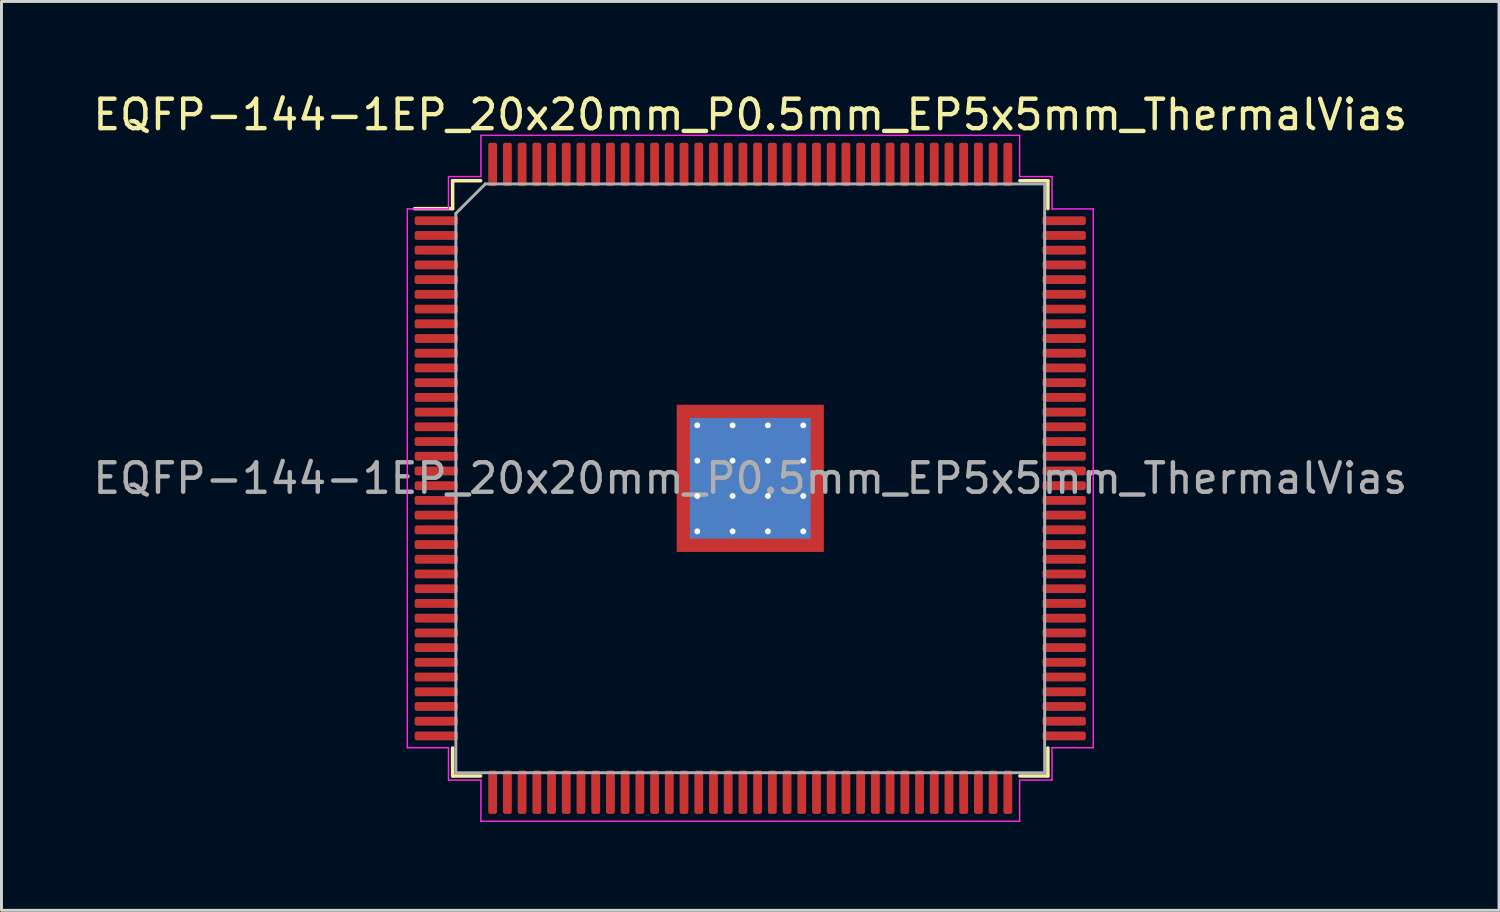
<source format=kicad_pcb>
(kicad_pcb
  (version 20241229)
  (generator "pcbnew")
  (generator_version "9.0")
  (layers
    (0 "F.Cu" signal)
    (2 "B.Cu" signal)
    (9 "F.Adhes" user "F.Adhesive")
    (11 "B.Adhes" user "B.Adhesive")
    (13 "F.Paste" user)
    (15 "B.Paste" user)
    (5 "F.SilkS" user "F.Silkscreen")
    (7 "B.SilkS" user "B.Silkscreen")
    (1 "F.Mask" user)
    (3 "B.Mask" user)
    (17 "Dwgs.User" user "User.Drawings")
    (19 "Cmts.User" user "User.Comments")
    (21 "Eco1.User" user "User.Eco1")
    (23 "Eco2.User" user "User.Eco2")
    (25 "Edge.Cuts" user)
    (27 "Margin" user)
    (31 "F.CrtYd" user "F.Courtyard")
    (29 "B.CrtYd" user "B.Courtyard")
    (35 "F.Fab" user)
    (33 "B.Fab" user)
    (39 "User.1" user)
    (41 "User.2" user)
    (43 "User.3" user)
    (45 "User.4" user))
  (footprint "EQFP-144-1EP_20x20mm_P0.5mm_EP5x5mm_ThermalVias"
    (layer "F.Cu")
    (at 22.435 13.198)
    (property "Reference" "EQFP-144-1EP_20x20mm_P0.5mm_EP5x5mm_ThermalVias" (at 0 -12.35 0) (layer "F.SilkS") (effects (font (size 1 1) (thickness 0.15))))
    (attr smd)
    (fp_line (start -10.11 -10.11) (end -10.11 -9.16) (stroke (width 0.12) (type solid)) (layer "F.SilkS"))
    (fp_line (start -10.11 -9.16) (end -11.4 -9.16) (stroke (width 0.12) (type solid)) (layer "F.SilkS"))
    (fp_line (start -10.11 10.11) (end -10.11 9.16) (stroke (width 0.12) (type solid)) (layer "F.SilkS"))
    (fp_line (start -9.16 -10.11) (end -10.11 -10.11) (stroke (width 0.12) (type solid)) (layer "F.SilkS"))
    (fp_line (start -9.16 10.11) (end -10.11 10.11) (stroke (width 0.12) (type solid)) (layer "F.SilkS"))
    (fp_line (start 9.16 -10.11) (end 10.11 -10.11) (stroke (width 0.12) (type solid)) (layer "F.SilkS"))
    (fp_line (start 9.16 10.11) (end 10.11 10.11) (stroke (width 0.12) (type solid)) (layer "F.SilkS"))
    (fp_line (start 10.11 -10.11) (end 10.11 -9.16) (stroke (width 0.12) (type solid)) (layer "F.SilkS"))
    (fp_line (start 10.11 10.11) (end 10.11 9.16) (stroke (width 0.12) (type solid)) (layer "F.SilkS"))
    (fp_line (start -11.65 -9.15) (end -11.65 0) (stroke (width 0.05) (type solid)) (layer "F.CrtYd"))
    (fp_line (start -11.65 9.15) (end -11.65 0) (stroke (width 0.05) (type solid)) (layer "F.CrtYd"))
    (fp_line (start -10.25 -10.25) (end -10.25 -9.15) (stroke (width 0.05) (type solid)) (layer "F.CrtYd"))
    (fp_line (start -10.25 -9.15) (end -11.65 -9.15) (stroke (width 0.05) (type solid)) (layer "F.CrtYd"))
    (fp_line (start -10.25 9.15) (end -11.65 9.15) (stroke (width 0.05) (type solid)) (layer "F.CrtYd"))
    (fp_line (start -10.25 10.25) (end -10.25 9.15) (stroke (width 0.05) (type solid)) (layer "F.CrtYd"))
    (fp_line (start -9.15 -11.65) (end -9.15 -10.25) (stroke (width 0.05) (type solid)) (layer "F.CrtYd"))
    (fp_line (start -9.15 -10.25) (end -10.25 -10.25) (stroke (width 0.05) (type solid)) (layer "F.CrtYd"))
    (fp_line (start -9.15 10.25) (end -10.25 10.25) (stroke (width 0.05) (type solid)) (layer "F.CrtYd"))
    (fp_line (start -9.15 11.65) (end -9.15 10.25) (stroke (width 0.05) (type solid)) (layer "F.CrtYd"))
    (fp_line (start 0 -11.65) (end -9.15 -11.65) (stroke (width 0.05) (type solid)) (layer "F.CrtYd"))
    (fp_line (start 0 -11.65) (end 9.15 -11.65) (stroke (width 0.05) (type solid)) (layer "F.CrtYd"))
    (fp_line (start 0 11.65) (end -9.15 11.65) (stroke (width 0.05) (type solid)) (layer "F.CrtYd"))
    (fp_line (start 0 11.65) (end 9.15 11.65) (stroke (width 0.05) (type solid)) (layer "F.CrtYd"))
    (fp_line (start 9.15 -11.65) (end 9.15 -10.25) (stroke (width 0.05) (type solid)) (layer "F.CrtYd"))
    (fp_line (start 9.15 -10.25) (end 10.25 -10.25) (stroke (width 0.05) (type solid)) (layer "F.CrtYd"))
    (fp_line (start 9.15 10.25) (end 10.25 10.25) (stroke (width 0.05) (type solid)) (layer "F.CrtYd"))
    (fp_line (start 9.15 11.65) (end 9.15 10.25) (stroke (width 0.05) (type solid)) (layer "F.CrtYd"))
    (fp_line (start 10.25 -10.25) (end 10.25 -9.15) (stroke (width 0.05) (type solid)) (layer "F.CrtYd"))
    (fp_line (start 10.25 -9.15) (end 11.65 -9.15) (stroke (width 0.05) (type solid)) (layer "F.CrtYd"))
    (fp_line (start 10.25 9.15) (end 11.65 9.15) (stroke (width 0.05) (type solid)) (layer "F.CrtYd"))
    (fp_line (start 10.25 10.25) (end 10.25 9.15) (stroke (width 0.05) (type solid)) (layer "F.CrtYd"))
    (fp_line (start 11.65 -9.15) (end 11.65 0) (stroke (width 0.05) (type solid)) (layer "F.CrtYd"))
    (fp_line (start 11.65 9.15) (end 11.65 0) (stroke (width 0.05) (type solid)) (layer "F.CrtYd"))
    (fp_line (start -10 -9) (end -9 -10) (stroke (width 0.1) (type solid)) (layer "F.Fab"))
    (fp_line (start -10 10) (end -10 -9) (stroke (width 0.1) (type solid)) (layer "F.Fab"))
    (fp_line (start -9 -10) (end 10 -10) (stroke (width 0.1) (type solid)) (layer "F.Fab"))
    (fp_line (start 10 -10) (end 10 10) (stroke (width 0.1) (type solid)) (layer "F.Fab"))
    (fp_line (start 10 10) (end -10 10) (stroke (width 0.1) (type solid)) (layer "F.Fab"))
    (fp_text user "${REFERENCE}" (at 0 0 0) (layer "F.Fab") (effects (font (size 1 1) (thickness 0.15))))
    (pad "" smd custom (at -2.15 -2.15) (size 0.46 0.46) (layers "F.Paste") (options (anchor circle)) (primitives (gr_poly (pts (xy -0.178 -0.178) (xy 0.178 -0.178) (xy 0.178 0.092) (xy 0.092 0.178) (xy -0.178 0.178)) (width 0.208) (fill yes))))
    (pad "" smd custom (at -2.15 -1.2) (size 0.495 0.495) (layers "F.Paste") (options (anchor circle)) (primitives (gr_poly (pts (xy -0.212 -0.414) (xy 0.154 -0.414) (xy 0.212 -0.356) (xy 0.212 0.356) (xy 0.154 0.414) (xy -0.212 0.414)) (width 0.14) (fill yes))))
    (pad "" smd custom (at -2.15 0) (size 0.495 0.495) (layers "F.Paste") (options (anchor circle)) (primitives (gr_poly (pts (xy -0.212 -0.414) (xy 0.154 -0.414) (xy 0.212 -0.356) (xy 0.212 0.356) (xy 0.154 0.414) (xy -0.212 0.414)) (width 0.14) (fill yes))))
    (pad "" smd custom (at -2.15 1.2) (size 0.495 0.495) (layers "F.Paste") (options (anchor circle)) (primitives (gr_poly (pts (xy -0.212 -0.414) (xy 0.154 -0.414) (xy 0.212 -0.356) (xy 0.212 0.356) (xy 0.154 0.414) (xy -0.212 0.414)) (width 0.14) (fill yes))))
    (pad "" smd custom (at -2.15 2.15) (size 0.46 0.46) (layers "F.Paste") (options (anchor circle)) (primitives (gr_poly (pts (xy -0.178 -0.178) (xy 0.092 -0.178) (xy 0.178 -0.092) (xy 0.178 0.178) (xy -0.178 0.178)) (width 0.208) (fill yes))))
    (pad "" smd custom (at -1.2 -2.15) (size 0.495 0.495) (layers "F.Paste") (options (anchor circle)) (primitives (gr_poly (pts (xy -0.414 -0.212) (xy 0.414 -0.212) (xy 0.414 0.154) (xy 0.356 0.212) (xy -0.356 0.212) (xy -0.414 0.154)) (width 0.14) (fill yes))))
    (pad "" smd roundrect (at -1.2 -1.2) (size 0.967 0.967) (layers "F.Paste") (roundrect_rratio 0.25))
    (pad "" smd roundrect (at -1.2 0) (size 0.967 0.967) (layers "F.Paste") (roundrect_rratio 0.25))
    (pad "" smd roundrect (at -1.2 1.2) (size 0.967 0.967) (layers "F.Paste") (roundrect_rratio 0.25))
    (pad "" smd custom (at -1.2 2.15) (size 0.495 0.495) (layers "F.Paste") (options (anchor circle)) (primitives (gr_poly (pts (xy -0.414 -0.154) (xy -0.356 -0.212) (xy 0.356 -0.212) (xy 0.414 -0.154) (xy 0.414 0.212) (xy -0.414 0.212)) (width 0.14) (fill yes))))
    (pad "" smd custom (at 0 -2.15) (size 0.495 0.495) (layers "F.Paste") (options (anchor circle)) (primitives (gr_poly (pts (xy -0.414 -0.212) (xy 0.414 -0.212) (xy 0.414 0.154) (xy 0.356 0.212) (xy -0.356 0.212) (xy -0.414 0.154)) (width 0.14) (fill yes))))
    (pad "" smd roundrect (at 0 -1.2) (size 0.967 0.967) (layers "F.Paste") (roundrect_rratio 0.25))
    (pad "" smd roundrect (at 0 0) (size 0.967 0.967) (layers "F.Paste") (roundrect_rratio 0.25))
    (pad "" smd roundrect (at 0 1.2) (size 0.967 0.967) (layers "F.Paste") (roundrect_rratio 0.25))
    (pad "" smd custom (at 0 2.15) (size 0.495 0.495) (layers "F.Paste") (options (anchor circle)) (primitives (gr_poly (pts (xy -0.414 -0.154) (xy -0.356 -0.212) (xy 0.356 -0.212) (xy 0.414 -0.154) (xy 0.414 0.212) (xy -0.414 0.212)) (width 0.14) (fill yes))))
    (pad "" smd custom (at 1.2 -2.15) (size 0.495 0.495) (layers "F.Paste") (options (anchor circle)) (primitives (gr_poly (pts (xy -0.414 -0.212) (xy 0.414 -0.212) (xy 0.414 0.154) (xy 0.356 0.212) (xy -0.356 0.212) (xy -0.414 0.154)) (width 0.14) (fill yes))))
    (pad "" smd roundrect (at 1.2 -1.2) (size 0.967 0.967) (layers "F.Paste") (roundrect_rratio 0.25))
    (pad "" smd roundrect (at 1.2 0) (size 0.967 0.967) (layers "F.Paste") (roundrect_rratio 0.25))
    (pad "" smd roundrect (at 1.2 1.2) (size 0.967 0.967) (layers "F.Paste") (roundrect_rratio 0.25))
    (pad "" smd custom (at 1.2 2.15) (size 0.495 0.495) (layers "F.Paste") (options (anchor circle)) (primitives (gr_poly (pts (xy -0.414 -0.154) (xy -0.356 -0.212) (xy 0.356 -0.212) (xy 0.414 -0.154) (xy 0.414 0.212) (xy -0.414 0.212)) (width 0.14) (fill yes))))
    (pad "" smd custom (at 2.15 -2.15) (size 0.46 0.46) (layers "F.Paste") (options (anchor circle)) (primitives (gr_poly (pts (xy -0.178 -0.178) (xy 0.178 -0.178) (xy 0.178 0.178) (xy -0.092 0.178) (xy -0.178 0.092)) (width 0.208) (fill yes))))
    (pad "" smd custom (at 2.15 -1.2) (size 0.495 0.495) (layers "F.Paste") (options (anchor circle)) (primitives (gr_poly (pts (xy -0.212 -0.356) (xy -0.154 -0.414) (xy 0.212 -0.414) (xy 0.212 0.414) (xy -0.154 0.414) (xy -0.212 0.356)) (width 0.14) (fill yes))))
    (pad "" smd custom (at 2.15 0) (size 0.495 0.495) (layers "F.Paste") (options (anchor circle)) (primitives (gr_poly (pts (xy -0.212 -0.356) (xy -0.154 -0.414) (xy 0.212 -0.414) (xy 0.212 0.414) (xy -0.154 0.414) (xy -0.212 0.356)) (width 0.14) (fill yes))))
    (pad "" smd custom (at 2.15 1.2) (size 0.495 0.495) (layers "F.Paste") (options (anchor circle)) (primitives (gr_poly (pts (xy -0.212 -0.356) (xy -0.154 -0.414) (xy 0.212 -0.414) (xy 0.212 0.414) (xy -0.154 0.414) (xy -0.212 0.356)) (width 0.14) (fill yes))))
    (pad "" smd custom (at 2.15 2.15) (size 0.46 0.46) (layers "F.Paste") (options (anchor circle)) (primitives (gr_poly (pts (xy -0.178 -0.092) (xy -0.092 -0.178) (xy 0.178 -0.178) (xy 0.178 0.178) (xy -0.178 0.178)) (width 0.208) (fill yes))))
    (pad "1" smd roundrect (at -10.662 -8.75) (size 1.475 0.3) (layers "F.Cu" "F.Mask" "F.Paste") (roundrect_rratio 0.25))
    (pad "2" smd roundrect (at -10.662 -8.25) (size 1.475 0.3) (layers "F.Cu" "F.Mask" "F.Paste") (roundrect_rratio 0.25))
    (pad "3" smd roundrect (at -10.662 -7.75) (size 1.475 0.3) (layers "F.Cu" "F.Mask" "F.Paste") (roundrect_rratio 0.25))
    (pad "4" smd roundrect (at -10.662 -7.25) (size 1.475 0.3) (layers "F.Cu" "F.Mask" "F.Paste") (roundrect_rratio 0.25))
    (pad "5" smd roundrect (at -10.662 -6.75) (size 1.475 0.3) (layers "F.Cu" "F.Mask" "F.Paste") (roundrect_rratio 0.25))
    (pad "6" smd roundrect (at -10.662 -6.25) (size 1.475 0.3) (layers "F.Cu" "F.Mask" "F.Paste") (roundrect_rratio 0.25))
    (pad "7" smd roundrect (at -10.662 -5.75) (size 1.475 0.3) (layers "F.Cu" "F.Mask" "F.Paste") (roundrect_rratio 0.25))
    (pad "8" smd roundrect (at -10.662 -5.25) (size 1.475 0.3) (layers "F.Cu" "F.Mask" "F.Paste") (roundrect_rratio 0.25))
    (pad "9" smd roundrect (at -10.662 -4.75) (size 1.475 0.3) (layers "F.Cu" "F.Mask" "F.Paste") (roundrect_rratio 0.25))
    (pad "10" smd roundrect (at -10.662 -4.25) (size 1.475 0.3) (layers "F.Cu" "F.Mask" "F.Paste") (roundrect_rratio 0.25))
    (pad "11" smd roundrect (at -10.662 -3.75) (size 1.475 0.3) (layers "F.Cu" "F.Mask" "F.Paste") (roundrect_rratio 0.25))
    (pad "12" smd roundrect (at -10.662 -3.25) (size 1.475 0.3) (layers "F.Cu" "F.Mask" "F.Paste") (roundrect_rratio 0.25))
    (pad "13" smd roundrect (at -10.662 -2.75) (size 1.475 0.3) (layers "F.Cu" "F.Mask" "F.Paste") (roundrect_rratio 0.25))
    (pad "14" smd roundrect (at -10.662 -2.25) (size 1.475 0.3) (layers "F.Cu" "F.Mask" "F.Paste") (roundrect_rratio 0.25))
    (pad "15" smd roundrect (at -10.662 -1.75) (size 1.475 0.3) (layers "F.Cu" "F.Mask" "F.Paste") (roundrect_rratio 0.25))
    (pad "16" smd roundrect (at -10.662 -1.25) (size 1.475 0.3) (layers "F.Cu" "F.Mask" "F.Paste") (roundrect_rratio 0.25))
    (pad "17" smd roundrect (at -10.662 -0.75) (size 1.475 0.3) (layers "F.Cu" "F.Mask" "F.Paste") (roundrect_rratio 0.25))
    (pad "18" smd roundrect (at -10.662 -0.25) (size 1.475 0.3) (layers "F.Cu" "F.Mask" "F.Paste") (roundrect_rratio 0.25))
    (pad "19" smd roundrect (at -10.662 0.25) (size 1.475 0.3) (layers "F.Cu" "F.Mask" "F.Paste") (roundrect_rratio 0.25))
    (pad "20" smd roundrect (at -10.662 0.75) (size 1.475 0.3) (layers "F.Cu" "F.Mask" "F.Paste") (roundrect_rratio 0.25))
    (pad "21" smd roundrect (at -10.662 1.25) (size 1.475 0.3) (layers "F.Cu" "F.Mask" "F.Paste") (roundrect_rratio 0.25))
    (pad "22" smd roundrect (at -10.662 1.75) (size 1.475 0.3) (layers "F.Cu" "F.Mask" "F.Paste") (roundrect_rratio 0.25))
    (pad "23" smd roundrect (at -10.662 2.25) (size 1.475 0.3) (layers "F.Cu" "F.Mask" "F.Paste") (roundrect_rratio 0.25))
    (pad "24" smd roundrect (at -10.662 2.75) (size 1.475 0.3) (layers "F.Cu" "F.Mask" "F.Paste") (roundrect_rratio 0.25))
    (pad "25" smd roundrect (at -10.662 3.25) (size 1.475 0.3) (layers "F.Cu" "F.Mask" "F.Paste") (roundrect_rratio 0.25))
    (pad "26" smd roundrect (at -10.662 3.75) (size 1.475 0.3) (layers "F.Cu" "F.Mask" "F.Paste") (roundrect_rratio 0.25))
    (pad "27" smd roundrect (at -10.662 4.25) (size 1.475 0.3) (layers "F.Cu" "F.Mask" "F.Paste") (roundrect_rratio 0.25))
    (pad "28" smd roundrect (at -10.662 4.75) (size 1.475 0.3) (layers "F.Cu" "F.Mask" "F.Paste") (roundrect_rratio 0.25))
    (pad "29" smd roundrect (at -10.662 5.25) (size 1.475 0.3) (layers "F.Cu" "F.Mask" "F.Paste") (roundrect_rratio 0.25))
    (pad "30" smd roundrect (at -10.662 5.75) (size 1.475 0.3) (layers "F.Cu" "F.Mask" "F.Paste") (roundrect_rratio 0.25))
    (pad "31" smd roundrect (at -10.662 6.25) (size 1.475 0.3) (layers "F.Cu" "F.Mask" "F.Paste") (roundrect_rratio 0.25))
    (pad "32" smd roundrect (at -10.662 6.75) (size 1.475 0.3) (layers "F.Cu" "F.Mask" "F.Paste") (roundrect_rratio 0.25))
    (pad "33" smd roundrect (at -10.662 7.25) (size 1.475 0.3) (layers "F.Cu" "F.Mask" "F.Paste") (roundrect_rratio 0.25))
    (pad "34" smd roundrect (at -10.662 7.75) (size 1.475 0.3) (layers "F.Cu" "F.Mask" "F.Paste") (roundrect_rratio 0.25))
    (pad "35" smd roundrect (at -10.662 8.25) (size 1.475 0.3) (layers "F.Cu" "F.Mask" "F.Paste") (roundrect_rratio 0.25))
    (pad "36" smd roundrect (at -10.662 8.75) (size 1.475 0.3) (layers "F.Cu" "F.Mask" "F.Paste") (roundrect_rratio 0.25))
    (pad "37" smd roundrect (at -8.75 10.662) (size 0.3 1.475) (layers "F.Cu" "F.Mask" "F.Paste") (roundrect_rratio 0.25))
    (pad "38" smd roundrect (at -8.25 10.662) (size 0.3 1.475) (layers "F.Cu" "F.Mask" "F.Paste") (roundrect_rratio 0.25))
    (pad "39" smd roundrect (at -7.75 10.662) (size 0.3 1.475) (layers "F.Cu" "F.Mask" "F.Paste") (roundrect_rratio 0.25))
    (pad "40" smd roundrect (at -7.25 10.662) (size 0.3 1.475) (layers "F.Cu" "F.Mask" "F.Paste") (roundrect_rratio 0.25))
    (pad "41" smd roundrect (at -6.75 10.662) (size 0.3 1.475) (layers "F.Cu" "F.Mask" "F.Paste") (roundrect_rratio 0.25))
    (pad "42" smd roundrect (at -6.25 10.662) (size 0.3 1.475) (layers "F.Cu" "F.Mask" "F.Paste") (roundrect_rratio 0.25))
    (pad "43" smd roundrect (at -5.75 10.662) (size 0.3 1.475) (layers "F.Cu" "F.Mask" "F.Paste") (roundrect_rratio 0.25))
    (pad "44" smd roundrect (at -5.25 10.662) (size 0.3 1.475) (layers "F.Cu" "F.Mask" "F.Paste") (roundrect_rratio 0.25))
    (pad "45" smd roundrect (at -4.75 10.662) (size 0.3 1.475) (layers "F.Cu" "F.Mask" "F.Paste") (roundrect_rratio 0.25))
    (pad "46" smd roundrect (at -4.25 10.662) (size 0.3 1.475) (layers "F.Cu" "F.Mask" "F.Paste") (roundrect_rratio 0.25))
    (pad "47" smd roundrect (at -3.75 10.662) (size 0.3 1.475) (layers "F.Cu" "F.Mask" "F.Paste") (roundrect_rratio 0.25))
    (pad "48" smd roundrect (at -3.25 10.662) (size 0.3 1.475) (layers "F.Cu" "F.Mask" "F.Paste") (roundrect_rratio 0.25))
    (pad "49" smd roundrect (at -2.75 10.662) (size 0.3 1.475) (layers "F.Cu" "F.Mask" "F.Paste") (roundrect_rratio 0.25))
    (pad "50" smd roundrect (at -2.25 10.662) (size 0.3 1.475) (layers "F.Cu" "F.Mask" "F.Paste") (roundrect_rratio 0.25))
    (pad "51" smd roundrect (at -1.75 10.662) (size 0.3 1.475) (layers "F.Cu" "F.Mask" "F.Paste") (roundrect_rratio 0.25))
    (pad "52" smd roundrect (at -1.25 10.662) (size 0.3 1.475) (layers "F.Cu" "F.Mask" "F.Paste") (roundrect_rratio 0.25))
    (pad "53" smd roundrect (at -0.75 10.662) (size 0.3 1.475) (layers "F.Cu" "F.Mask" "F.Paste") (roundrect_rratio 0.25))
    (pad "54" smd roundrect (at -0.25 10.662) (size 0.3 1.475) (layers "F.Cu" "F.Mask" "F.Paste") (roundrect_rratio 0.25))
    (pad "55" smd roundrect (at 0.25 10.662) (size 0.3 1.475) (layers "F.Cu" "F.Mask" "F.Paste") (roundrect_rratio 0.25))
    (pad "56" smd roundrect (at 0.75 10.662) (size 0.3 1.475) (layers "F.Cu" "F.Mask" "F.Paste") (roundrect_rratio 0.25))
    (pad "57" smd roundrect (at 1.25 10.662) (size 0.3 1.475) (layers "F.Cu" "F.Mask" "F.Paste") (roundrect_rratio 0.25))
    (pad "58" smd roundrect (at 1.75 10.662) (size 0.3 1.475) (layers "F.Cu" "F.Mask" "F.Paste") (roundrect_rratio 0.25))
    (pad "59" smd roundrect (at 2.25 10.662) (size 0.3 1.475) (layers "F.Cu" "F.Mask" "F.Paste") (roundrect_rratio 0.25))
    (pad "60" smd roundrect (at 2.75 10.662) (size 0.3 1.475) (layers "F.Cu" "F.Mask" "F.Paste") (roundrect_rratio 0.25))
    (pad "61" smd roundrect (at 3.25 10.662) (size 0.3 1.475) (layers "F.Cu" "F.Mask" "F.Paste") (roundrect_rratio 0.25))
    (pad "62" smd roundrect (at 3.75 10.662) (size 0.3 1.475) (layers "F.Cu" "F.Mask" "F.Paste") (roundrect_rratio 0.25))
    (pad "63" smd roundrect (at 4.25 10.662) (size 0.3 1.475) (layers "F.Cu" "F.Mask" "F.Paste") (roundrect_rratio 0.25))
    (pad "64" smd roundrect (at 4.75 10.662) (size 0.3 1.475) (layers "F.Cu" "F.Mask" "F.Paste") (roundrect_rratio 0.25))
    (pad "65" smd roundrect (at 5.25 10.662) (size 0.3 1.475) (layers "F.Cu" "F.Mask" "F.Paste") (roundrect_rratio 0.25))
    (pad "66" smd roundrect (at 5.75 10.662) (size 0.3 1.475) (layers "F.Cu" "F.Mask" "F.Paste") (roundrect_rratio 0.25))
    (pad "67" smd roundrect (at 6.25 10.662) (size 0.3 1.475) (layers "F.Cu" "F.Mask" "F.Paste") (roundrect_rratio 0.25))
    (pad "68" smd roundrect (at 6.75 10.662) (size 0.3 1.475) (layers "F.Cu" "F.Mask" "F.Paste") (roundrect_rratio 0.25))
    (pad "69" smd roundrect (at 7.25 10.662) (size 0.3 1.475) (layers "F.Cu" "F.Mask" "F.Paste") (roundrect_rratio 0.25))
    (pad "70" smd roundrect (at 7.75 10.662) (size 0.3 1.475) (layers "F.Cu" "F.Mask" "F.Paste") (roundrect_rratio 0.25))
    (pad "71" smd roundrect (at 8.25 10.662) (size 0.3 1.475) (layers "F.Cu" "F.Mask" "F.Paste") (roundrect_rratio 0.25))
    (pad "72" smd roundrect (at 8.75 10.662) (size 0.3 1.475) (layers "F.Cu" "F.Mask" "F.Paste") (roundrect_rratio 0.25))
    (pad "73" smd roundrect (at 10.662 8.75) (size 1.475 0.3) (layers "F.Cu" "F.Mask" "F.Paste") (roundrect_rratio 0.25))
    (pad "74" smd roundrect (at 10.662 8.25) (size 1.475 0.3) (layers "F.Cu" "F.Mask" "F.Paste") (roundrect_rratio 0.25))
    (pad "75" smd roundrect (at 10.662 7.75) (size 1.475 0.3) (layers "F.Cu" "F.Mask" "F.Paste") (roundrect_rratio 0.25))
    (pad "76" smd roundrect (at 10.662 7.25) (size 1.475 0.3) (layers "F.Cu" "F.Mask" "F.Paste") (roundrect_rratio 0.25))
    (pad "77" smd roundrect (at 10.662 6.75) (size 1.475 0.3) (layers "F.Cu" "F.Mask" "F.Paste") (roundrect_rratio 0.25))
    (pad "78" smd roundrect (at 10.662 6.25) (size 1.475 0.3) (layers "F.Cu" "F.Mask" "F.Paste") (roundrect_rratio 0.25))
    (pad "79" smd roundrect (at 10.662 5.75) (size 1.475 0.3) (layers "F.Cu" "F.Mask" "F.Paste") (roundrect_rratio 0.25))
    (pad "80" smd roundrect (at 10.662 5.25) (size 1.475 0.3) (layers "F.Cu" "F.Mask" "F.Paste") (roundrect_rratio 0.25))
    (pad "81" smd roundrect (at 10.662 4.75) (size 1.475 0.3) (layers "F.Cu" "F.Mask" "F.Paste") (roundrect_rratio 0.25))
    (pad "82" smd roundrect (at 10.662 4.25) (size 1.475 0.3) (layers "F.Cu" "F.Mask" "F.Paste") (roundrect_rratio 0.25))
    (pad "83" smd roundrect (at 10.662 3.75) (size 1.475 0.3) (layers "F.Cu" "F.Mask" "F.Paste") (roundrect_rratio 0.25))
    (pad "84" smd roundrect (at 10.662 3.25) (size 1.475 0.3) (layers "F.Cu" "F.Mask" "F.Paste") (roundrect_rratio 0.25))
    (pad "85" smd roundrect (at 10.662 2.75) (size 1.475 0.3) (layers "F.Cu" "F.Mask" "F.Paste") (roundrect_rratio 0.25))
    (pad "86" smd roundrect (at 10.662 2.25) (size 1.475 0.3) (layers "F.Cu" "F.Mask" "F.Paste") (roundrect_rratio 0.25))
    (pad "87" smd roundrect (at 10.662 1.75) (size 1.475 0.3) (layers "F.Cu" "F.Mask" "F.Paste") (roundrect_rratio 0.25))
    (pad "88" smd roundrect (at 10.662 1.25) (size 1.475 0.3) (layers "F.Cu" "F.Mask" "F.Paste") (roundrect_rratio 0.25))
    (pad "89" smd roundrect (at 10.662 0.75) (size 1.475 0.3) (layers "F.Cu" "F.Mask" "F.Paste") (roundrect_rratio 0.25))
    (pad "90" smd roundrect (at 10.662 0.25) (size 1.475 0.3) (layers "F.Cu" "F.Mask" "F.Paste") (roundrect_rratio 0.25))
    (pad "91" smd roundrect (at 10.662 -0.25) (size 1.475 0.3) (layers "F.Cu" "F.Mask" "F.Paste") (roundrect_rratio 0.25))
    (pad "92" smd roundrect (at 10.662 -0.75) (size 1.475 0.3) (layers "F.Cu" "F.Mask" "F.Paste") (roundrect_rratio 0.25))
    (pad "93" smd roundrect (at 10.662 -1.25) (size 1.475 0.3) (layers "F.Cu" "F.Mask" "F.Paste") (roundrect_rratio 0.25))
    (pad "94" smd roundrect (at 10.662 -1.75) (size 1.475 0.3) (layers "F.Cu" "F.Mask" "F.Paste") (roundrect_rratio 0.25))
    (pad "95" smd roundrect (at 10.662 -2.25) (size 1.475 0.3) (layers "F.Cu" "F.Mask" "F.Paste") (roundrect_rratio 0.25))
    (pad "96" smd roundrect (at 10.662 -2.75) (size 1.475 0.3) (layers "F.Cu" "F.Mask" "F.Paste") (roundrect_rratio 0.25))
    (pad "97" smd roundrect (at 10.662 -3.25) (size 1.475 0.3) (layers "F.Cu" "F.Mask" "F.Paste") (roundrect_rratio 0.25))
    (pad "98" smd roundrect (at 10.662 -3.75) (size 1.475 0.3) (layers "F.Cu" "F.Mask" "F.Paste") (roundrect_rratio 0.25))
    (pad "99" smd roundrect (at 10.662 -4.25) (size 1.475 0.3) (layers "F.Cu" "F.Mask" "F.Paste") (roundrect_rratio 0.25))
    (pad "100" smd roundrect (at 10.662 -4.75) (size 1.475 0.3) (layers "F.Cu" "F.Mask" "F.Paste") (roundrect_rratio 0.25))
    (pad "101" smd roundrect (at 10.662 -5.25) (size 1.475 0.3) (layers "F.Cu" "F.Mask" "F.Paste") (roundrect_rratio 0.25))
    (pad "102" smd roundrect (at 10.662 -5.75) (size 1.475 0.3) (layers "F.Cu" "F.Mask" "F.Paste") (roundrect_rratio 0.25))
    (pad "103" smd roundrect (at 10.662 -6.25) (size 1.475 0.3) (layers "F.Cu" "F.Mask" "F.Paste") (roundrect_rratio 0.25))
    (pad "104" smd roundrect (at 10.662 -6.75) (size 1.475 0.3) (layers "F.Cu" "F.Mask" "F.Paste") (roundrect_rratio 0.25))
    (pad "105" smd roundrect (at 10.662 -7.25) (size 1.475 0.3) (layers "F.Cu" "F.Mask" "F.Paste") (roundrect_rratio 0.25))
    (pad "106" smd roundrect (at 10.662 -7.75) (size 1.475 0.3) (layers "F.Cu" "F.Mask" "F.Paste") (roundrect_rratio 0.25))
    (pad "107" smd roundrect (at 10.662 -8.25) (size 1.475 0.3) (layers "F.Cu" "F.Mask" "F.Paste") (roundrect_rratio 0.25))
    (pad "108" smd roundrect (at 10.662 -8.75) (size 1.475 0.3) (layers "F.Cu" "F.Mask" "F.Paste") (roundrect_rratio 0.25))
    (pad "109" smd roundrect (at 8.75 -10.662) (size 0.3 1.475) (layers "F.Cu" "F.Mask" "F.Paste") (roundrect_rratio 0.25))
    (pad "110" smd roundrect (at 8.25 -10.662) (size 0.3 1.475) (layers "F.Cu" "F.Mask" "F.Paste") (roundrect_rratio 0.25))
    (pad "111" smd roundrect (at 7.75 -10.662) (size 0.3 1.475) (layers "F.Cu" "F.Mask" "F.Paste") (roundrect_rratio 0.25))
    (pad "112" smd roundrect (at 7.25 -10.662) (size 0.3 1.475) (layers "F.Cu" "F.Mask" "F.Paste") (roundrect_rratio 0.25))
    (pad "113" smd roundrect (at 6.75 -10.662) (size 0.3 1.475) (layers "F.Cu" "F.Mask" "F.Paste") (roundrect_rratio 0.25))
    (pad "114" smd roundrect (at 6.25 -10.662) (size 0.3 1.475) (layers "F.Cu" "F.Mask" "F.Paste") (roundrect_rratio 0.25))
    (pad "115" smd roundrect (at 5.75 -10.662) (size 0.3 1.475) (layers "F.Cu" "F.Mask" "F.Paste") (roundrect_rratio 0.25))
    (pad "116" smd roundrect (at 5.25 -10.662) (size 0.3 1.475) (layers "F.Cu" "F.Mask" "F.Paste") (roundrect_rratio 0.25))
    (pad "117" smd roundrect (at 4.75 -10.662) (size 0.3 1.475) (layers "F.Cu" "F.Mask" "F.Paste") (roundrect_rratio 0.25))
    (pad "118" smd roundrect (at 4.25 -10.662) (size 0.3 1.475) (layers "F.Cu" "F.Mask" "F.Paste") (roundrect_rratio 0.25))
    (pad "119" smd roundrect (at 3.75 -10.662) (size 0.3 1.475) (layers "F.Cu" "F.Mask" "F.Paste") (roundrect_rratio 0.25))
    (pad "120" smd roundrect (at 3.25 -10.662) (size 0.3 1.475) (layers "F.Cu" "F.Mask" "F.Paste") (roundrect_rratio 0.25))
    (pad "121" smd roundrect (at 2.75 -10.662) (size 0.3 1.475) (layers "F.Cu" "F.Mask" "F.Paste") (roundrect_rratio 0.25))
    (pad "122" smd roundrect (at 2.25 -10.662) (size 0.3 1.475) (layers "F.Cu" "F.Mask" "F.Paste") (roundrect_rratio 0.25))
    (pad "123" smd roundrect (at 1.75 -10.662) (size 0.3 1.475) (layers "F.Cu" "F.Mask" "F.Paste") (roundrect_rratio 0.25))
    (pad "124" smd roundrect (at 1.25 -10.662) (size 0.3 1.475) (layers "F.Cu" "F.Mask" "F.Paste") (roundrect_rratio 0.25))
    (pad "125" smd roundrect (at 0.75 -10.662) (size 0.3 1.475) (layers "F.Cu" "F.Mask" "F.Paste") (roundrect_rratio 0.25))
    (pad "126" smd roundrect (at 0.25 -10.662) (size 0.3 1.475) (layers "F.Cu" "F.Mask" "F.Paste") (roundrect_rratio 0.25))
    (pad "127" smd roundrect (at -0.25 -10.662) (size 0.3 1.475) (layers "F.Cu" "F.Mask" "F.Paste") (roundrect_rratio 0.25))
    (pad "128" smd roundrect (at -0.75 -10.662) (size 0.3 1.475) (layers "F.Cu" "F.Mask" "F.Paste") (roundrect_rratio 0.25))
    (pad "129" smd roundrect (at -1.25 -10.662) (size 0.3 1.475) (layers "F.Cu" "F.Mask" "F.Paste") (roundrect_rratio 0.25))
    (pad "130" smd roundrect (at -1.75 -10.662) (size 0.3 1.475) (layers "F.Cu" "F.Mask" "F.Paste") (roundrect_rratio 0.25))
    (pad "131" smd roundrect (at -2.25 -10.662) (size 0.3 1.475) (layers "F.Cu" "F.Mask" "F.Paste") (roundrect_rratio 0.25))
    (pad "132" smd roundrect (at -2.75 -10.662) (size 0.3 1.475) (layers "F.Cu" "F.Mask" "F.Paste") (roundrect_rratio 0.25))
    (pad "133" smd roundrect (at -3.25 -10.662) (size 0.3 1.475) (layers "F.Cu" "F.Mask" "F.Paste") (roundrect_rratio 0.25))
    (pad "134" smd roundrect (at -3.75 -10.662) (size 0.3 1.475) (layers "F.Cu" "F.Mask" "F.Paste") (roundrect_rratio 0.25))
    (pad "135" smd roundrect (at -4.25 -10.662) (size 0.3 1.475) (layers "F.Cu" "F.Mask" "F.Paste") (roundrect_rratio 0.25))
    (pad "136" smd roundrect (at -4.75 -10.662) (size 0.3 1.475) (layers "F.Cu" "F.Mask" "F.Paste") (roundrect_rratio 0.25))
    (pad "137" smd roundrect (at -5.25 -10.662) (size 0.3 1.475) (layers "F.Cu" "F.Mask" "F.Paste") (roundrect_rratio 0.25))
    (pad "138" smd roundrect (at -5.75 -10.662) (size 0.3 1.475) (layers "F.Cu" "F.Mask" "F.Paste") (roundrect_rratio 0.25))
    (pad "139" smd roundrect (at -6.25 -10.662) (size 0.3 1.475) (layers "F.Cu" "F.Mask" "F.Paste") (roundrect_rratio 0.25))
    (pad "140" smd roundrect (at -6.75 -10.662) (size 0.3 1.475) (layers "F.Cu" "F.Mask" "F.Paste") (roundrect_rratio 0.25))
    (pad "141" smd roundrect (at -7.25 -10.662) (size 0.3 1.475) (layers "F.Cu" "F.Mask" "F.Paste") (roundrect_rratio 0.25))
    (pad "142" smd roundrect (at -7.75 -10.662) (size 0.3 1.475) (layers "F.Cu" "F.Mask" "F.Paste") (roundrect_rratio 0.25))
    (pad "143" smd roundrect (at -8.25 -10.662) (size 0.3 1.475) (layers "F.Cu" "F.Mask" "F.Paste") (roundrect_rratio 0.25))
    (pad "144" smd roundrect (at -8.75 -10.662) (size 0.3 1.475) (layers "F.Cu" "F.Mask" "F.Paste") (roundrect_rratio 0.25))
    (pad "145" thru_hole circle (at -1.8 -1.8) (size 0.5 0.5) (drill 0.2) (layers "*.Cu"))
    (pad "145" thru_hole circle (at -1.8 -0.6) (size 0.5 0.5) (drill 0.2) (layers "*.Cu"))
    (pad "145" thru_hole circle (at -1.8 0.6) (size 0.5 0.5) (drill 0.2) (layers "*.Cu"))
    (pad "145" thru_hole circle (at -1.8 1.8) (size 0.5 0.5) (drill 0.2) (layers "*.Cu"))
    (pad "145" thru_hole circle (at -0.6 -1.8) (size 0.5 0.5) (drill 0.2) (layers "*.Cu"))
    (pad "145" thru_hole circle (at -0.6 -0.6) (size 0.5 0.5) (drill 0.2) (layers "*.Cu"))
    (pad "145" thru_hole circle (at -0.6 0.6) (size 0.5 0.5) (drill 0.2) (layers "*.Cu"))
    (pad "145" thru_hole circle (at -0.6 1.8) (size 0.5 0.5) (drill 0.2) (layers "*.Cu"))
    (pad "145" smd rect (at 0 0) (size 4.1 4.1) (layers "B.Cu"))
    (pad "145" smd rect (at 0 0) (size 5 5) (layers "F.Cu" "F.Mask"))
    (pad "145" thru_hole circle (at 0.6 -1.8) (size 0.5 0.5) (drill 0.2) (layers "*.Cu"))
    (pad "145" thru_hole circle (at 0.6 -0.6) (size 0.5 0.5) (drill 0.2) (layers "*.Cu"))
    (pad "145" thru_hole circle (at 0.6 0.6) (size 0.5 0.5) (drill 0.2) (layers "*.Cu"))
    (pad "145" thru_hole circle (at 0.6 1.8) (size 0.5 0.5) (drill 0.2) (layers "*.Cu"))
    (pad "145" thru_hole circle (at 1.8 -1.8) (size 0.5 0.5) (drill 0.2) (layers "*.Cu"))
    (pad "145" thru_hole circle (at 1.8 -0.6) (size 0.5 0.5) (drill 0.2) (layers "*.Cu"))
    (pad "145" thru_hole circle (at 1.8 0.6) (size 0.5 0.5) (drill 0.2) (layers "*.Cu"))
    (pad "145" thru_hole circle (at 1.8 1.8) (size 0.5 0.5) (drill 0.2) (layers "*.Cu")))
  (gr_rect
    (start -3 -3)
    (end 47.869 27.873)
    (stroke (width 0.1) (type default))
    (fill no)
    (layer "Edge.Cuts")))
</source>
